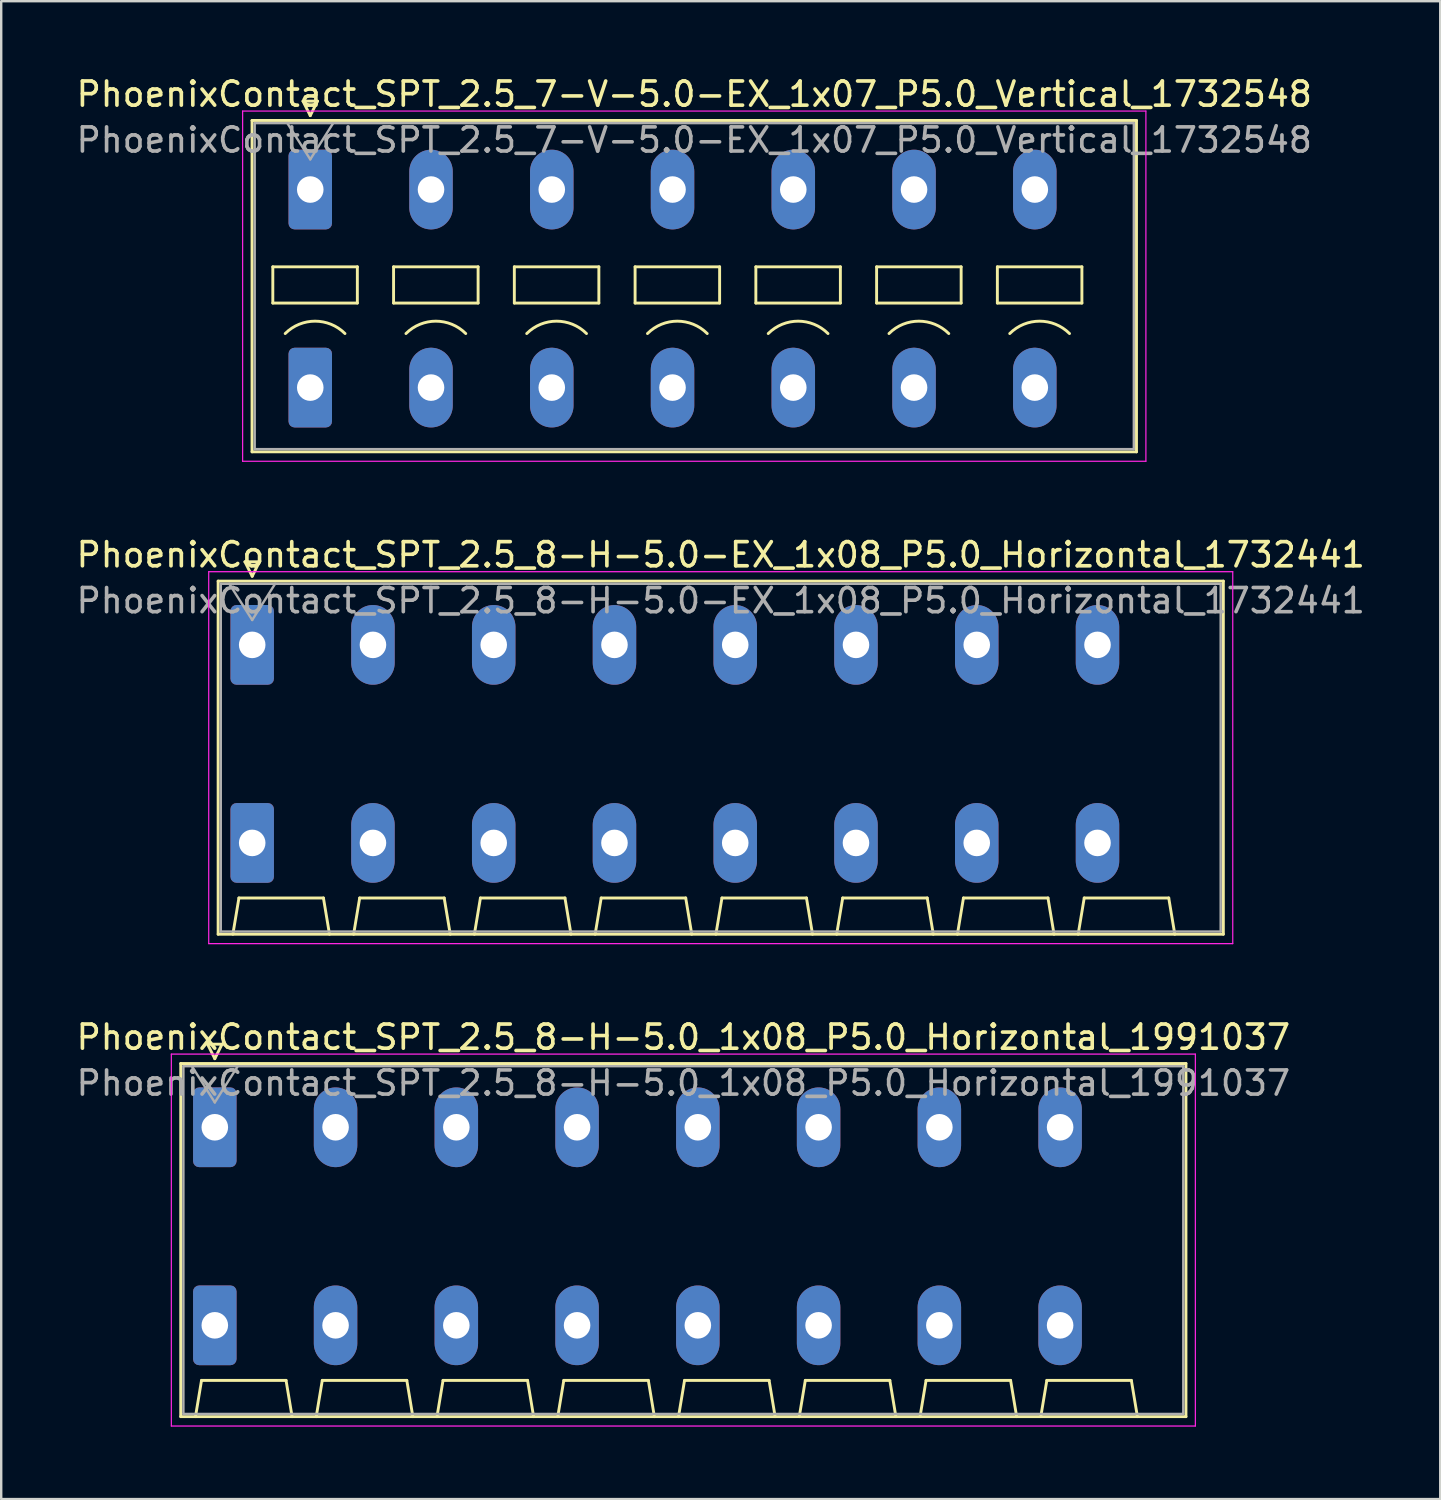
<source format=kicad_pcb>
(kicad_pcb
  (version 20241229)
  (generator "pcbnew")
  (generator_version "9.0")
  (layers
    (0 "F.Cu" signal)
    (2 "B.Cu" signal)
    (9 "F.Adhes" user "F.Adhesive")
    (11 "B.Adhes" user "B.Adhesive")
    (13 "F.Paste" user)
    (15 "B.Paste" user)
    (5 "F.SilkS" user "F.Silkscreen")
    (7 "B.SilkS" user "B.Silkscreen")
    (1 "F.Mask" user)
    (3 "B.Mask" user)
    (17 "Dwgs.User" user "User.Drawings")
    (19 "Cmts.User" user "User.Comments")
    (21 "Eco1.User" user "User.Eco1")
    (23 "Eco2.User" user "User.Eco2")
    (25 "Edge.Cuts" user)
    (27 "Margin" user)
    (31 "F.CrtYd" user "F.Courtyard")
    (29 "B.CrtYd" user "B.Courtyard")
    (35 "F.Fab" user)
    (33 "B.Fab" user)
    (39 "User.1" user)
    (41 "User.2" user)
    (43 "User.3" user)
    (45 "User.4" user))
  (footprint "PhoenixContact_SPT_2.5_8-H-5.0_1x08_P5.0_Horizontal_1991037"
    (layer "F.Cu")
    (at 5.844 43.625)
    (property "Reference" "PhoenixContact_SPT_2.5_8-H-5.0_1x08_P5.0_Horizontal_1991037" (at 19.4 -3.73 0) (layer "F.SilkS") (effects (font (size 1 1) (thickness 0.15))))
    (attr through_hole)
    (fp_line (start -1.41 -2.64) (end 40.21 -2.64) (stroke (width 0.12) (type solid)) (layer "F.SilkS"))
    (fp_line (start -1.41 11.98) (end -1.41 -2.64) (stroke (width 0.12) (type solid)) (layer "F.SilkS"))
    (fp_line (start -0.8 11.98) (end -0.55 10.48) (stroke (width 0.12) (type solid)) (layer "F.SilkS"))
    (fp_line (start -0.55 10.48) (end 2.95 10.48) (stroke (width 0.12) (type solid)) (layer "F.SilkS"))
    (fp_line (start -0.3 -3.44) (end 0 -2.84) (stroke (width 0.12) (type solid)) (layer "F.SilkS"))
    (fp_line (start -0.3 -3.44) (end 0.3 -3.44) (stroke (width 0.12) (type solid)) (layer "F.SilkS"))
    (fp_line (start 0.3 -3.44) (end 0 -2.84) (stroke (width 0.12) (type solid)) (layer "F.SilkS"))
    (fp_line (start 3.2 11.98) (end 2.95 10.48) (stroke (width 0.12) (type solid)) (layer "F.SilkS"))
    (fp_line (start 4.2 11.98) (end 4.45 10.48) (stroke (width 0.12) (type solid)) (layer "F.SilkS"))
    (fp_line (start 4.45 10.48) (end 7.95 10.48) (stroke (width 0.12) (type solid)) (layer "F.SilkS"))
    (fp_line (start 8.2 11.98) (end 7.95 10.48) (stroke (width 0.12) (type solid)) (layer "F.SilkS"))
    (fp_line (start 9.2 11.98) (end 9.45 10.48) (stroke (width 0.12) (type solid)) (layer "F.SilkS"))
    (fp_line (start 9.45 10.48) (end 12.95 10.48) (stroke (width 0.12) (type solid)) (layer "F.SilkS"))
    (fp_line (start 13.2 11.98) (end 12.95 10.48) (stroke (width 0.12) (type solid)) (layer "F.SilkS"))
    (fp_line (start 14.2 11.98) (end 14.45 10.48) (stroke (width 0.12) (type solid)) (layer "F.SilkS"))
    (fp_line (start 14.45 10.48) (end 17.95 10.48) (stroke (width 0.12) (type solid)) (layer "F.SilkS"))
    (fp_line (start 18.2 11.98) (end 17.95 10.48) (stroke (width 0.12) (type solid)) (layer "F.SilkS"))
    (fp_line (start 19.2 11.98) (end 19.45 10.48) (stroke (width 0.12) (type solid)) (layer "F.SilkS"))
    (fp_line (start 19.45 10.48) (end 22.95 10.48) (stroke (width 0.12) (type solid)) (layer "F.SilkS"))
    (fp_line (start 23.2 11.98) (end 22.95 10.48) (stroke (width 0.12) (type solid)) (layer "F.SilkS"))
    (fp_line (start 24.2 11.98) (end 24.45 10.48) (stroke (width 0.12) (type solid)) (layer "F.SilkS"))
    (fp_line (start 24.45 10.48) (end 27.95 10.48) (stroke (width 0.12) (type solid)) (layer "F.SilkS"))
    (fp_line (start 28.2 11.98) (end 27.95 10.48) (stroke (width 0.12) (type solid)) (layer "F.SilkS"))
    (fp_line (start 29.2 11.98) (end 29.45 10.48) (stroke (width 0.12) (type solid)) (layer "F.SilkS"))
    (fp_line (start 29.45 10.48) (end 32.95 10.48) (stroke (width 0.12) (type solid)) (layer "F.SilkS"))
    (fp_line (start 33.2 11.98) (end 32.95 10.48) (stroke (width 0.12) (type solid)) (layer "F.SilkS"))
    (fp_line (start 34.2 11.98) (end 34.45 10.48) (stroke (width 0.12) (type solid)) (layer "F.SilkS"))
    (fp_line (start 34.45 10.48) (end 37.95 10.48) (stroke (width 0.12) (type solid)) (layer "F.SilkS"))
    (fp_line (start 38.2 11.98) (end 37.95 10.48) (stroke (width 0.12) (type solid)) (layer "F.SilkS"))
    (fp_line (start 40.21 -2.64) (end 40.21 11.98) (stroke (width 0.12) (type solid)) (layer "F.SilkS"))
    (fp_line (start 40.21 11.98) (end -1.41 11.98) (stroke (width 0.12) (type solid)) (layer "F.SilkS"))
    (fp_line (start -1.8 -3.03) (end -1.8 12.37) (stroke (width 0.05) (type solid)) (layer "F.CrtYd"))
    (fp_line (start -1.8 12.37) (end 40.6 12.37) (stroke (width 0.05) (type solid)) (layer "F.CrtYd"))
    (fp_line (start 40.6 -3.03) (end -1.8 -3.03) (stroke (width 0.05) (type solid)) (layer "F.CrtYd"))
    (fp_line (start 40.6 12.37) (end 40.6 -3.03) (stroke (width 0.05) (type solid)) (layer "F.CrtYd"))
    (fp_line (start -1.3 -2.53) (end -1.3 11.87) (stroke (width 0.1) (type solid)) (layer "F.Fab"))
    (fp_line (start -1.3 11.87) (end 40.1 11.87) (stroke (width 0.1) (type solid)) (layer "F.Fab"))
    (fp_line (start -0.95 -2.53) (end 0 -1.03) (stroke (width 0.1) (type solid)) (layer "F.Fab"))
    (fp_line (start 0.95 -2.53) (end 0 -1.03) (stroke (width 0.1) (type solid)) (layer "F.Fab"))
    (fp_line (start 40.1 -2.53) (end -1.3 -2.53) (stroke (width 0.1) (type solid)) (layer "F.Fab"))
    (fp_line (start 40.1 11.87) (end 40.1 -2.53) (stroke (width 0.1) (type solid)) (layer "F.Fab"))
    (fp_text user "${REFERENCE}" (at 19.4 -1.83 0) (layer "F.Fab") (effects (font (size 1 1) (thickness 0.15))))
    (pad "1" thru_hole roundrect (at 0 0) (size 1.8 3.3) (drill 1.1) (layers "*.Cu" "*.Mask") (roundrect_rratio 0.139))
    (pad "1" thru_hole roundrect (at 0 8.2) (size 1.8 3.3) (drill 1.1) (layers "*.Cu" "*.Mask") (roundrect_rratio 0.139))
    (pad "2" thru_hole oval (at 5 0) (size 1.8 3.3) (drill 1.1) (layers "*.Cu" "*.Mask"))
    (pad "2" thru_hole oval (at 5 8.2) (size 1.8 3.3) (drill 1.1) (layers "*.Cu" "*.Mask"))
    (pad "3" thru_hole oval (at 10 0) (size 1.8 3.3) (drill 1.1) (layers "*.Cu" "*.Mask"))
    (pad "3" thru_hole oval (at 10 8.2) (size 1.8 3.3) (drill 1.1) (layers "*.Cu" "*.Mask"))
    (pad "4" thru_hole oval (at 15 0) (size 1.8 3.3) (drill 1.1) (layers "*.Cu" "*.Mask"))
    (pad "4" thru_hole oval (at 15 8.2) (size 1.8 3.3) (drill 1.1) (layers "*.Cu" "*.Mask"))
    (pad "5" thru_hole oval (at 20 0) (size 1.8 3.3) (drill 1.1) (layers "*.Cu" "*.Mask"))
    (pad "5" thru_hole oval (at 20 8.2) (size 1.8 3.3) (drill 1.1) (layers "*.Cu" "*.Mask"))
    (pad "6" thru_hole oval (at 25 0) (size 1.8 3.3) (drill 1.1) (layers "*.Cu" "*.Mask"))
    (pad "6" thru_hole oval (at 25 8.2) (size 1.8 3.3) (drill 1.1) (layers "*.Cu" "*.Mask"))
    (pad "7" thru_hole oval (at 30 0) (size 1.8 3.3) (drill 1.1) (layers "*.Cu" "*.Mask"))
    (pad "7" thru_hole oval (at 30 8.2) (size 1.8 3.3) (drill 1.1) (layers "*.Cu" "*.Mask"))
    (pad "8" thru_hole oval (at 35 0) (size 1.8 3.3) (drill 1.1) (layers "*.Cu" "*.Mask"))
    (pad "8" thru_hole oval (at 35 8.2) (size 1.8 3.3) (drill 1.1) (layers "*.Cu" "*.Mask")))
  (footprint "PhoenixContact_SPT_2.5_7-V-5.0-EX_1x07_P5.0_Vertical_1732548"
    (layer "F.Cu")
    (at 9.796 4.798)
    (property "Reference" "PhoenixContact_SPT_2.5_7-V-5.0-EX_1x07_P5.0_Vertical_1732548" (at 15.9 -3.95 0) (layer "F.SilkS") (effects (font (size 1 1) (thickness 0.15))))
    (attr through_hole)
    (fp_line (start -2.41 -2.86) (end 34.21 -2.86) (stroke (width 0.12) (type solid)) (layer "F.SilkS"))
    (fp_line (start -2.41 10.86) (end -2.41 -2.86) (stroke (width 0.12) (type solid)) (layer "F.SilkS"))
    (fp_line (start -1.55 3.2) (end -1.55 4.7) (stroke (width 0.12) (type solid)) (layer "F.SilkS"))
    (fp_line (start -1.55 4.7) (end 1.95 4.7) (stroke (width 0.12) (type solid)) (layer "F.SilkS"))
    (fp_line (start -0.3 -3.66) (end 0 -3.06) (stroke (width 0.12) (type solid)) (layer "F.SilkS"))
    (fp_line (start -0.3 -3.66) (end 0.3 -3.66) (stroke (width 0.12) (type solid)) (layer "F.SilkS"))
    (fp_line (start 0.3 -3.66) (end 0 -3.06) (stroke (width 0.12) (type solid)) (layer "F.SilkS"))
    (fp_line (start 1.95 3.2) (end -1.55 3.2) (stroke (width 0.12) (type solid)) (layer "F.SilkS"))
    (fp_line (start 1.95 4.7) (end 1.95 3.2) (stroke (width 0.12) (type solid)) (layer "F.SilkS"))
    (fp_line (start 3.45 3.2) (end 3.45 4.7) (stroke (width 0.12) (type solid)) (layer "F.SilkS"))
    (fp_line (start 3.45 4.7) (end 6.95 4.7) (stroke (width 0.12) (type solid)) (layer "F.SilkS"))
    (fp_line (start 6.95 3.2) (end 3.45 3.2) (stroke (width 0.12) (type solid)) (layer "F.SilkS"))
    (fp_line (start 6.95 4.7) (end 6.95 3.2) (stroke (width 0.12) (type solid)) (layer "F.SilkS"))
    (fp_line (start 8.45 3.2) (end 8.45 4.7) (stroke (width 0.12) (type solid)) (layer "F.SilkS"))
    (fp_line (start 8.45 4.7) (end 11.95 4.7) (stroke (width 0.12) (type solid)) (layer "F.SilkS"))
    (fp_line (start 11.95 3.2) (end 8.45 3.2) (stroke (width 0.12) (type solid)) (layer "F.SilkS"))
    (fp_line (start 11.95 4.7) (end 11.95 3.2) (stroke (width 0.12) (type solid)) (layer "F.SilkS"))
    (fp_line (start 13.45 3.2) (end 13.45 4.7) (stroke (width 0.12) (type solid)) (layer "F.SilkS"))
    (fp_line (start 13.45 4.7) (end 16.95 4.7) (stroke (width 0.12) (type solid)) (layer "F.SilkS"))
    (fp_line (start 16.95 3.2) (end 13.45 3.2) (stroke (width 0.12) (type solid)) (layer "F.SilkS"))
    (fp_line (start 16.95 4.7) (end 16.95 3.2) (stroke (width 0.12) (type solid)) (layer "F.SilkS"))
    (fp_line (start 18.45 3.2) (end 18.45 4.7) (stroke (width 0.12) (type solid)) (layer "F.SilkS"))
    (fp_line (start 18.45 4.7) (end 21.95 4.7) (stroke (width 0.12) (type solid)) (layer "F.SilkS"))
    (fp_line (start 21.95 3.2) (end 18.45 3.2) (stroke (width 0.12) (type solid)) (layer "F.SilkS"))
    (fp_line (start 21.95 4.7) (end 21.95 3.2) (stroke (width 0.12) (type solid)) (layer "F.SilkS"))
    (fp_line (start 23.45 3.2) (end 23.45 4.7) (stroke (width 0.12) (type solid)) (layer "F.SilkS"))
    (fp_line (start 23.45 4.7) (end 26.95 4.7) (stroke (width 0.12) (type solid)) (layer "F.SilkS"))
    (fp_line (start 26.95 3.2) (end 23.45 3.2) (stroke (width 0.12) (type solid)) (layer "F.SilkS"))
    (fp_line (start 26.95 4.7) (end 26.95 3.2) (stroke (width 0.12) (type solid)) (layer "F.SilkS"))
    (fp_line (start 28.45 3.2) (end 28.45 4.7) (stroke (width 0.12) (type solid)) (layer "F.SilkS"))
    (fp_line (start 28.45 4.7) (end 31.95 4.7) (stroke (width 0.12) (type solid)) (layer "F.SilkS"))
    (fp_line (start 31.95 3.2) (end 28.45 3.2) (stroke (width 0.12) (type solid)) (layer "F.SilkS"))
    (fp_line (start 31.95 4.7) (end 31.95 3.2) (stroke (width 0.12) (type solid)) (layer "F.SilkS"))
    (fp_line (start 34.21 -2.86) (end 34.21 10.86) (stroke (width 0.12) (type solid)) (layer "F.SilkS"))
    (fp_line (start 34.21 10.86) (end -2.41 10.86) (stroke (width 0.12) (type solid)) (layer "F.SilkS"))
    (fp_arc (start -1.037437 5.962563) (mid 0.2 5.45) (end 1.437437 5.962563) (stroke (width 0.12) (type solid)) (layer "F.SilkS"))
    (fp_arc (start 3.962563 5.962563) (mid 5.2 5.45) (end 6.437437 5.962563) (stroke (width 0.12) (type solid)) (layer "F.SilkS"))
    (fp_arc (start 8.962563 5.962563) (mid 10.2 5.45) (end 11.437437 5.962563) (stroke (width 0.12) (type solid)) (layer "F.SilkS"))
    (fp_arc (start 13.962563 5.962563) (mid 15.2 5.45) (end 16.437437 5.962563) (stroke (width 0.12) (type solid)) (layer "F.SilkS"))
    (fp_arc (start 18.962563 5.962563) (mid 20.2 5.45) (end 21.437437 5.962563) (stroke (width 0.12) (type solid)) (layer "F.SilkS"))
    (fp_arc (start 23.962563 5.962563) (mid 25.2 5.45) (end 26.437437 5.962563) (stroke (width 0.12) (type solid)) (layer "F.SilkS"))
    (fp_arc (start 28.962563 5.962563) (mid 30.2 5.45) (end 31.437437 5.962563) (stroke (width 0.12) (type solid)) (layer "F.SilkS"))
    (fp_line (start -2.8 -3.25) (end -2.8 11.25) (stroke (width 0.05) (type solid)) (layer "F.CrtYd"))
    (fp_line (start -2.8 11.25) (end 34.6 11.25) (stroke (width 0.05) (type solid)) (layer "F.CrtYd"))
    (fp_line (start 34.6 -3.25) (end -2.8 -3.25) (stroke (width 0.05) (type solid)) (layer "F.CrtYd"))
    (fp_line (start 34.6 11.25) (end 34.6 -3.25) (stroke (width 0.05) (type solid)) (layer "F.CrtYd"))
    (fp_line (start -2.3 -2.75) (end -2.3 10.75) (stroke (width 0.1) (type solid)) (layer "F.Fab"))
    (fp_line (start -2.3 10.75) (end 34.1 10.75) (stroke (width 0.1) (type solid)) (layer "F.Fab"))
    (fp_line (start -0.95 -2.75) (end 0 -1.25) (stroke (width 0.1) (type solid)) (layer "F.Fab"))
    (fp_line (start 0.95 -2.75) (end 0 -1.25) (stroke (width 0.1) (type solid)) (layer "F.Fab"))
    (fp_line (start 34.1 -2.75) (end -2.3 -2.75) (stroke (width 0.1) (type solid)) (layer "F.Fab"))
    (fp_line (start 34.1 10.75) (end 34.1 -2.75) (stroke (width 0.1) (type solid)) (layer "F.Fab"))
    (fp_text user "${REFERENCE}" (at 15.9 -2.05 0) (layer "F.Fab") (effects (font (size 1 1) (thickness 0.15))))
    (pad "1" thru_hole roundrect (at 0 0) (size 1.8 3.3) (drill 1.1) (layers "*.Cu" "*.Mask") (roundrect_rratio 0.139))
    (pad "1" thru_hole roundrect (at 0 8.2) (size 1.8 3.3) (drill 1.1) (layers "*.Cu" "*.Mask") (roundrect_rratio 0.139))
    (pad "2" thru_hole oval (at 5 0) (size 1.8 3.3) (drill 1.1) (layers "*.Cu" "*.Mask"))
    (pad "2" thru_hole oval (at 5 8.2) (size 1.8 3.3) (drill 1.1) (layers "*.Cu" "*.Mask"))
    (pad "3" thru_hole oval (at 10 0) (size 1.8 3.3) (drill 1.1) (layers "*.Cu" "*.Mask"))
    (pad "3" thru_hole oval (at 10 8.2) (size 1.8 3.3) (drill 1.1) (layers "*.Cu" "*.Mask"))
    (pad "4" thru_hole oval (at 15 0) (size 1.8 3.3) (drill 1.1) (layers "*.Cu" "*.Mask"))
    (pad "4" thru_hole oval (at 15 8.2) (size 1.8 3.3) (drill 1.1) (layers "*.Cu" "*.Mask"))
    (pad "5" thru_hole oval (at 20 0) (size 1.8 3.3) (drill 1.1) (layers "*.Cu" "*.Mask"))
    (pad "5" thru_hole oval (at 20 8.2) (size 1.8 3.3) (drill 1.1) (layers "*.Cu" "*.Mask"))
    (pad "6" thru_hole oval (at 25 0) (size 1.8 3.3) (drill 1.1) (layers "*.Cu" "*.Mask"))
    (pad "6" thru_hole oval (at 25 8.2) (size 1.8 3.3) (drill 1.1) (layers "*.Cu" "*.Mask"))
    (pad "7" thru_hole oval (at 30 0) (size 1.8 3.3) (drill 1.1) (layers "*.Cu" "*.Mask"))
    (pad "7" thru_hole oval (at 30 8.2) (size 1.8 3.3) (drill 1.1) (layers "*.Cu" "*.Mask")))
  (footprint "PhoenixContact_SPT_2.5_8-H-5.0-EX_1x08_P5.0_Horizontal_1732441"
    (layer "F.Cu")
    (at 7.392 23.651)
    (property "Reference" "PhoenixContact_SPT_2.5_8-H-5.0-EX_1x08_P5.0_Horizontal_1732441" (at 19.4 -3.73 0) (layer "F.SilkS") (effects (font (size 1 1) (thickness 0.15))))
    (attr through_hole)
    (fp_line (start -1.41 -2.64) (end 40.21 -2.64) (stroke (width 0.12) (type solid)) (layer "F.SilkS"))
    (fp_line (start -1.41 11.98) (end -1.41 -2.64) (stroke (width 0.12) (type solid)) (layer "F.SilkS"))
    (fp_line (start -0.8 11.98) (end -0.55 10.48) (stroke (width 0.12) (type solid)) (layer "F.SilkS"))
    (fp_line (start -0.55 10.48) (end 2.95 10.48) (stroke (width 0.12) (type solid)) (layer "F.SilkS"))
    (fp_line (start -0.3 -3.44) (end 0 -2.84) (stroke (width 0.12) (type solid)) (layer "F.SilkS"))
    (fp_line (start -0.3 -3.44) (end 0.3 -3.44) (stroke (width 0.12) (type solid)) (layer "F.SilkS"))
    (fp_line (start 0.3 -3.44) (end 0 -2.84) (stroke (width 0.12) (type solid)) (layer "F.SilkS"))
    (fp_line (start 3.2 11.98) (end 2.95 10.48) (stroke (width 0.12) (type solid)) (layer "F.SilkS"))
    (fp_line (start 4.2 11.98) (end 4.45 10.48) (stroke (width 0.12) (type solid)) (layer "F.SilkS"))
    (fp_line (start 4.45 10.48) (end 7.95 10.48) (stroke (width 0.12) (type solid)) (layer "F.SilkS"))
    (fp_line (start 8.2 11.98) (end 7.95 10.48) (stroke (width 0.12) (type solid)) (layer "F.SilkS"))
    (fp_line (start 9.2 11.98) (end 9.45 10.48) (stroke (width 0.12) (type solid)) (layer "F.SilkS"))
    (fp_line (start 9.45 10.48) (end 12.95 10.48) (stroke (width 0.12) (type solid)) (layer "F.SilkS"))
    (fp_line (start 13.2 11.98) (end 12.95 10.48) (stroke (width 0.12) (type solid)) (layer "F.SilkS"))
    (fp_line (start 14.2 11.98) (end 14.45 10.48) (stroke (width 0.12) (type solid)) (layer "F.SilkS"))
    (fp_line (start 14.45 10.48) (end 17.95 10.48) (stroke (width 0.12) (type solid)) (layer "F.SilkS"))
    (fp_line (start 18.2 11.98) (end 17.95 10.48) (stroke (width 0.12) (type solid)) (layer "F.SilkS"))
    (fp_line (start 19.2 11.98) (end 19.45 10.48) (stroke (width 0.12) (type solid)) (layer "F.SilkS"))
    (fp_line (start 19.45 10.48) (end 22.95 10.48) (stroke (width 0.12) (type solid)) (layer "F.SilkS"))
    (fp_line (start 23.2 11.98) (end 22.95 10.48) (stroke (width 0.12) (type solid)) (layer "F.SilkS"))
    (fp_line (start 24.2 11.98) (end 24.45 10.48) (stroke (width 0.12) (type solid)) (layer "F.SilkS"))
    (fp_line (start 24.45 10.48) (end 27.95 10.48) (stroke (width 0.12) (type solid)) (layer "F.SilkS"))
    (fp_line (start 28.2 11.98) (end 27.95 10.48) (stroke (width 0.12) (type solid)) (layer "F.SilkS"))
    (fp_line (start 29.2 11.98) (end 29.45 10.48) (stroke (width 0.12) (type solid)) (layer "F.SilkS"))
    (fp_line (start 29.45 10.48) (end 32.95 10.48) (stroke (width 0.12) (type solid)) (layer "F.SilkS"))
    (fp_line (start 33.2 11.98) (end 32.95 10.48) (stroke (width 0.12) (type solid)) (layer "F.SilkS"))
    (fp_line (start 34.2 11.98) (end 34.45 10.48) (stroke (width 0.12) (type solid)) (layer "F.SilkS"))
    (fp_line (start 34.45 10.48) (end 37.95 10.48) (stroke (width 0.12) (type solid)) (layer "F.SilkS"))
    (fp_line (start 38.2 11.98) (end 37.95 10.48) (stroke (width 0.12) (type solid)) (layer "F.SilkS"))
    (fp_line (start 40.21 -2.64) (end 40.21 11.98) (stroke (width 0.12) (type solid)) (layer "F.SilkS"))
    (fp_line (start 40.21 11.98) (end -1.41 11.98) (stroke (width 0.12) (type solid)) (layer "F.SilkS"))
    (fp_line (start -1.8 -3.03) (end -1.8 12.37) (stroke (width 0.05) (type solid)) (layer "F.CrtYd"))
    (fp_line (start -1.8 12.37) (end 40.6 12.37) (stroke (width 0.05) (type solid)) (layer "F.CrtYd"))
    (fp_line (start 40.6 -3.03) (end -1.8 -3.03) (stroke (width 0.05) (type solid)) (layer "F.CrtYd"))
    (fp_line (start 40.6 12.37) (end 40.6 -3.03) (stroke (width 0.05) (type solid)) (layer "F.CrtYd"))
    (fp_line (start -1.3 -2.53) (end -1.3 11.87) (stroke (width 0.1) (type solid)) (layer "F.Fab"))
    (fp_line (start -1.3 11.87) (end 40.1 11.87) (stroke (width 0.1) (type solid)) (layer "F.Fab"))
    (fp_line (start -0.95 -2.53) (end 0 -1.03) (stroke (width 0.1) (type solid)) (layer "F.Fab"))
    (fp_line (start 0.95 -2.53) (end 0 -1.03) (stroke (width 0.1) (type solid)) (layer "F.Fab"))
    (fp_line (start 40.1 -2.53) (end -1.3 -2.53) (stroke (width 0.1) (type solid)) (layer "F.Fab"))
    (fp_line (start 40.1 11.87) (end 40.1 -2.53) (stroke (width 0.1) (type solid)) (layer "F.Fab"))
    (fp_text user "${REFERENCE}" (at 19.4 -1.83 0) (layer "F.Fab") (effects (font (size 1 1) (thickness 0.15))))
    (pad "1" thru_hole roundrect (at 0 0) (size 1.8 3.3) (drill 1.1) (layers "*.Cu" "*.Mask") (roundrect_rratio 0.139))
    (pad "1" thru_hole roundrect (at 0 8.2) (size 1.8 3.3) (drill 1.1) (layers "*.Cu" "*.Mask") (roundrect_rratio 0.139))
    (pad "2" thru_hole oval (at 5 0) (size 1.8 3.3) (drill 1.1) (layers "*.Cu" "*.Mask"))
    (pad "2" thru_hole oval (at 5 8.2) (size 1.8 3.3) (drill 1.1) (layers "*.Cu" "*.Mask"))
    (pad "3" thru_hole oval (at 10 0) (size 1.8 3.3) (drill 1.1) (layers "*.Cu" "*.Mask"))
    (pad "3" thru_hole oval (at 10 8.2) (size 1.8 3.3) (drill 1.1) (layers "*.Cu" "*.Mask"))
    (pad "4" thru_hole oval (at 15 0) (size 1.8 3.3) (drill 1.1) (layers "*.Cu" "*.Mask"))
    (pad "4" thru_hole oval (at 15 8.2) (size 1.8 3.3) (drill 1.1) (layers "*.Cu" "*.Mask"))
    (pad "5" thru_hole oval (at 20 0) (size 1.8 3.3) (drill 1.1) (layers "*.Cu" "*.Mask"))
    (pad "5" thru_hole oval (at 20 8.2) (size 1.8 3.3) (drill 1.1) (layers "*.Cu" "*.Mask"))
    (pad "6" thru_hole oval (at 25 0) (size 1.8 3.3) (drill 1.1) (layers "*.Cu" "*.Mask"))
    (pad "6" thru_hole oval (at 25 8.2) (size 1.8 3.3) (drill 1.1) (layers "*.Cu" "*.Mask"))
    (pad "7" thru_hole oval (at 30 0) (size 1.8 3.3) (drill 1.1) (layers "*.Cu" "*.Mask"))
    (pad "7" thru_hole oval (at 30 8.2) (size 1.8 3.3) (drill 1.1) (layers "*.Cu" "*.Mask"))
    (pad "8" thru_hole oval (at 35 0) (size 1.8 3.3) (drill 1.1) (layers "*.Cu" "*.Mask"))
    (pad "8" thru_hole oval (at 35 8.2) (size 1.8 3.3) (drill 1.1) (layers "*.Cu" "*.Mask")))
  (gr_rect
    (start -3 -3)
    (end 56.583 59.02)
    (stroke (width 0.1) (type default))
    (fill no)
    (layer "Edge.Cuts")))
</source>
